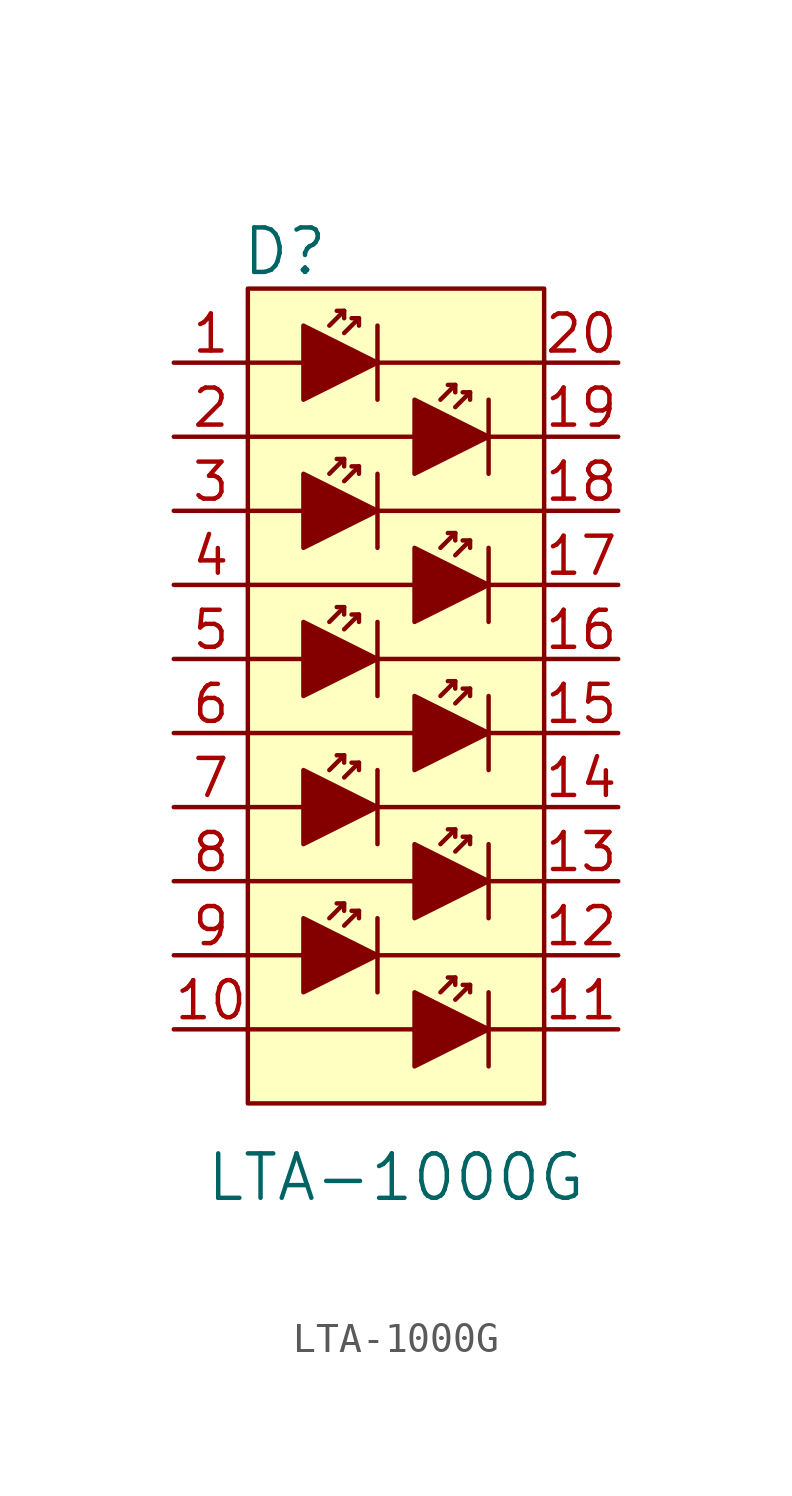
<source format=kicad_sym>
(kicad_symbol_lib
  (version 20201005)
  (generator kicad_symbol_editor)
  (symbol "LTA-1000G"
    (pin_names
      (offset 0))
    (property "Reference" "D"
      (at -3.81 3.81 0)
      (effects (font (size 1.524 1.524))))
    (property "Value" "LTA-1000G"
      (at 0 -27.94 0)
      (effects (font (size 1.524 1.524))))
    (symbol "LTA-1000G_0_1"
      (rectangle (start -5.08 2.54) (end 5.08 -25.4) (stroke (width 0)) (fill (type background)))
      (polyline (pts (xy -5.08 -20.32) (xy -3.175 -20.32)) (stroke (width 0)) (fill (type none)))
      (polyline (pts (xy -5.08 -15.24) (xy -3.175 -15.24)) (stroke (width 0)) (fill (type none)))
      (polyline (pts (xy -5.08 -10.16) (xy -3.175 -10.16)) (stroke (width 0)) (fill (type none)))
      (polyline (pts (xy -5.08 -5.08) (xy -3.175 -5.08)) (stroke (width 0)) (fill (type none)))
      (polyline (pts (xy -3.175 0) (xy -5.08 0)) (stroke (width 0)) (fill (type none)))
      (polyline (pts (xy -1.778 -18.542) (xy -2.286 -19.05)) (stroke (width 0)) (fill (type none)))
      (polyline (pts (xy -1.778 -13.462) (xy -2.286 -13.97)) (stroke (width 0)) (fill (type none)))
      (polyline (pts (xy -1.778 -8.382) (xy -2.286 -8.89)) (stroke (width 0)) (fill (type none)))
      (polyline (pts (xy -1.778 -3.302) (xy -2.286 -3.81)) (stroke (width 0)) (fill (type none)))
      (polyline (pts (xy -1.778 1.778) (xy -2.286 1.27)) (stroke (width 0)) (fill (type none)))
      (polyline (pts (xy -1.27 -18.796) (xy -1.778 -19.304)) (stroke (width 0)) (fill (type none)))
      (polyline (pts (xy -1.27 -13.716) (xy -1.778 -14.224)) (stroke (width 0)) (fill (type none)))
      (polyline (pts (xy -1.27 -8.636) (xy -1.778 -9.144)) (stroke (width 0)) (fill (type none)))
      (polyline (pts (xy -1.27 -3.556) (xy -1.778 -4.064)) (stroke (width 0)) (fill (type none)))
      (polyline (pts (xy -1.27 1.524) (xy -1.778 1.016)) (stroke (width 0)) (fill (type none)))
      (polyline (pts (xy -0.635 -21.59) (xy -0.635 -19.05)) (stroke (width 0)) (fill (type none)))
      (polyline (pts (xy -0.635 -20.32) (xy 5.08 -20.32)) (stroke (width 0)) (fill (type none)))
      (polyline (pts (xy -0.635 -16.51) (xy -0.635 -13.97)) (stroke (width 0)) (fill (type none)))
      (polyline (pts (xy -0.635 -15.24) (xy 5.08 -15.24)) (stroke (width 0)) (fill (type none)))
      (polyline (pts (xy -0.635 -10.16) (xy 5.08 -10.16)) (stroke (width 0)) (fill (type none)))
      (polyline (pts (xy -0.635 -8.89) (xy -0.635 -11.43)) (stroke (width 0)) (fill (type none)))
      (polyline (pts (xy -0.635 -5.08) (xy 5.08 -5.08)) (stroke (width 0)) (fill (type none)))
      (polyline (pts (xy -0.635 -3.81) (xy -0.635 -6.35)) (stroke (width 0)) (fill (type none)))
      (polyline (pts (xy -0.635 0) (xy 5.08 0)) (stroke (width 0)) (fill (type none)))
      (polyline (pts (xy -0.635 1.27) (xy -0.635 -1.27)) (stroke (width 0)) (fill (type none)))
      (polyline (pts (xy 0.635 -22.86) (xy -5.08 -22.86)) (stroke (width 0)) (fill (type none)))
      (polyline (pts (xy 0.635 -17.78) (xy -5.08 -17.78)) (stroke (width 0)) (fill (type none)))
      (polyline (pts (xy 0.635 -12.7) (xy -5.08 -12.7)) (stroke (width 0)) (fill (type none)))
      (polyline (pts (xy 0.635 -7.62) (xy -5.08 -7.62)) (stroke (width 0)) (fill (type none)))
      (polyline (pts (xy 0.635 -2.54) (xy -5.08 -2.54)) (stroke (width 0)) (fill (type none)))
      (polyline (pts (xy 2.032 -21.082) (xy 1.524 -21.59)) (stroke (width 0)) (fill (type none)))
      (polyline (pts (xy 2.032 -16.002) (xy 1.524 -16.51)) (stroke (width 0)) (fill (type none)))
      (polyline (pts (xy 2.032 -10.922) (xy 1.524 -11.43)) (stroke (width 0)) (fill (type none)))
      (polyline (pts (xy 2.032 -5.842) (xy 1.524 -6.35)) (stroke (width 0)) (fill (type none)))
      (polyline (pts (xy 2.032 -0.762) (xy 1.524 -1.27)) (stroke (width 0)) (fill (type none)))
      (polyline (pts (xy 2.54 -21.336) (xy 2.032 -21.844)) (stroke (width 0)) (fill (type none)))
      (polyline (pts (xy 2.54 -16.256) (xy 2.032 -16.764)) (stroke (width 0)) (fill (type none)))
      (polyline (pts (xy 2.54 -11.176) (xy 2.032 -11.684)) (stroke (width 0)) (fill (type none)))
      (polyline (pts (xy 2.54 -6.096) (xy 2.032 -6.604)) (stroke (width 0)) (fill (type none)))
      (polyline (pts (xy 2.54 -1.016) (xy 2.032 -1.524)) (stroke (width 0)) (fill (type none)))
      (polyline (pts (xy 3.175 -22.86) (xy 5.08 -22.86)) (stroke (width 0)) (fill (type none)))
      (polyline (pts (xy 3.175 -21.59) (xy 3.175 -24.13)) (stroke (width 0)) (fill (type none)))
      (polyline (pts (xy 3.175 -17.78) (xy 5.08 -17.78)) (stroke (width 0)) (fill (type none)))
      (polyline (pts (xy 3.175 -16.51) (xy 3.175 -19.05)) (stroke (width 0)) (fill (type none)))
      (polyline (pts (xy 3.175 -12.7) (xy 5.08 -12.7)) (stroke (width 0)) (fill (type none)))
      (polyline (pts (xy 3.175 -11.43) (xy 3.175 -13.97)) (stroke (width 0)) (fill (type none)))
      (polyline (pts (xy 3.175 -7.62) (xy 5.08 -7.62)) (stroke (width 0)) (fill (type none)))
      (polyline (pts (xy 3.175 -6.35) (xy 3.175 -8.89)) (stroke (width 0)) (fill (type none)))
      (polyline (pts (xy 3.175 -2.54) (xy 5.08 -2.54)) (stroke (width 0)) (fill (type none)))
      (polyline (pts (xy 3.175 -1.27) (xy 3.175 -3.81)) (stroke (width 0)) (fill (type none)))
      (polyline (pts (xy -2.032 -18.542) (xy -1.778 -18.542) (xy -1.778 -18.796)) (stroke (width 0)) (fill (type none)))
      (polyline (pts (xy -2.032 -13.462) (xy -1.778 -13.462) (xy -1.778 -13.716)) (stroke (width 0)) (fill (type none)))
      (polyline (pts (xy -2.032 -8.382) (xy -1.778 -8.382) (xy -1.778 -8.636)) (stroke (width 0)) (fill (type none)))
      (polyline (pts (xy -2.032 -3.302) (xy -1.778 -3.302) (xy -1.778 -3.556)) (stroke (width 0)) (fill (type none)))
      (polyline (pts (xy -2.032 1.778) (xy -1.778 1.778) (xy -1.778 1.524)) (stroke (width 0)) (fill (type none)))
      (polyline (pts (xy -1.524 -18.796) (xy -1.27 -18.796) (xy -1.27 -19.05)) (stroke (width 0)) (fill (type none)))
      (polyline (pts (xy -1.524 -13.716) (xy -1.27 -13.716) (xy -1.27 -13.97)) (stroke (width 0)) (fill (type none)))
      (polyline (pts (xy -1.524 -8.636) (xy -1.27 -8.636) (xy -1.27 -8.89)) (stroke (width 0)) (fill (type none)))
      (polyline (pts (xy -1.524 -3.556) (xy -1.27 -3.556) (xy -1.27 -3.81)) (stroke (width 0)) (fill (type none)))
      (polyline (pts (xy -1.524 1.524) (xy -1.27 1.524) (xy -1.27 1.27)) (stroke (width 0)) (fill (type none)))
      (polyline (pts (xy 1.778 -21.082) (xy 2.032 -21.082) (xy 2.032 -21.336)) (stroke (width 0)) (fill (type none)))
      (polyline (pts (xy 1.778 -16.002) (xy 2.032 -16.002) (xy 2.032 -16.256)) (stroke (width 0)) (fill (type none)))
      (polyline (pts (xy 1.778 -10.922) (xy 2.032 -10.922) (xy 2.032 -11.176)) (stroke (width 0)) (fill (type none)))
      (polyline (pts (xy 1.778 -5.842) (xy 2.032 -5.842) (xy 2.032 -6.096)) (stroke (width 0)) (fill (type none)))
      (polyline (pts (xy 1.778 -0.762) (xy 2.032 -0.762) (xy 2.032 -1.016)) (stroke (width 0)) (fill (type none)))
      (polyline (pts (xy 2.286 -21.336) (xy 2.54 -21.336) (xy 2.54 -21.59)) (stroke (width 0)) (fill (type none)))
      (polyline (pts (xy 2.286 -16.256) (xy 2.54 -16.256) (xy 2.54 -16.51)) (stroke (width 0)) (fill (type none)))
      (polyline (pts (xy 2.286 -11.176) (xy 2.54 -11.176) (xy 2.54 -11.43)) (stroke (width 0)) (fill (type none)))
      (polyline (pts (xy 2.286 -6.096) (xy 2.54 -6.096) (xy 2.54 -6.35)) (stroke (width 0)) (fill (type none)))
      (polyline (pts (xy 2.286 -1.016) (xy 2.54 -1.016) (xy 2.54 -1.27)) (stroke (width 0)) (fill (type none)))
      (polyline (pts (xy -3.175 -19.05) (xy -3.175 -21.59) (xy -0.635 -20.32) (xy -3.175 -19.05)) (stroke (width 0)) (fill (type outline)))
      (polyline (pts (xy -3.175 -13.97) (xy -3.175 -16.51) (xy -0.635 -15.24) (xy -3.175 -13.97)) (stroke (width 0)) (fill (type outline)))
      (polyline (pts (xy -3.175 -8.89) (xy -3.175 -11.43) (xy -0.635 -10.16) (xy -3.175 -8.89)) (stroke (width 0)) (fill (type outline)))
      (polyline (pts (xy -3.175 -3.81) (xy -3.175 -6.35) (xy -0.635 -5.08) (xy -3.175 -3.81)) (stroke (width 0)) (fill (type outline)))
      (polyline (pts (xy -3.175 1.27) (xy -3.175 -1.27) (xy -0.635 0) (xy -3.175 1.27)) (stroke (width 0)) (fill (type outline)))
      (polyline (pts (xy 0.635 -21.59) (xy 0.635 -24.13) (xy 3.175 -22.86) (xy 0.635 -21.59)) (stroke (width 0)) (fill (type outline)))
      (polyline (pts (xy 0.635 -16.51) (xy 0.635 -19.05) (xy 3.175 -17.78) (xy 0.635 -16.51)) (stroke (width 0)) (fill (type outline)))
      (polyline (pts (xy 0.635 -11.43) (xy 0.635 -13.97) (xy 3.175 -12.7) (xy 0.635 -11.43)) (stroke (width 0)) (fill (type outline)))
      (polyline (pts (xy 0.635 -6.35) (xy 0.635 -8.89) (xy 3.175 -7.62) (xy 0.635 -6.35)) (stroke (width 0)) (fill (type outline)))
      (polyline (pts (xy 0.635 -1.27) (xy 0.635 -3.81) (xy 3.175 -2.54) (xy 0.635 -1.27)) (stroke (width 0)) (fill (type outline))))
    (symbol "LTA-1000G_1_1"
      (pin input line (at -7.62 0 0) (length 2.54) (name "~" (effects (font (size 1.27 1.27)))) (number "1" (effects (font (size 1.27 1.27)))))
      (pin input line (at -7.62 -2.54 0) (length 2.54) (name "~" (effects (font (size 1.27 1.27)))) (number "2" (effects (font (size 1.27 1.27)))))
      (pin input line (at -7.62 -5.08 0) (length 2.54) (name "~" (effects (font (size 1.27 1.27)))) (number "3" (effects (font (size 1.27 1.27)))))
      (pin input line (at -7.62 -7.62 0) (length 2.54) (name "~" (effects (font (size 1.27 1.27)))) (number "4" (effects (font (size 1.27 1.27)))))
      (pin input line (at -7.62 -10.16 0) (length 2.54) (name "~" (effects (font (size 1.27 1.27)))) (number "5" (effects (font (size 1.27 1.27)))))
      (pin input line (at -7.62 -12.7 0) (length 2.54) (name "~" (effects (font (size 1.27 1.27)))) (number "6" (effects (font (size 1.27 1.27)))))
      (pin input line (at -7.62 -15.24 0) (length 2.54) (name "~" (effects (font (size 1.27 1.27)))) (number "7" (effects (font (size 1.27 1.27)))))
      (pin input line (at -7.62 -17.78 0) (length 2.54) (name "~" (effects (font (size 1.27 1.27)))) (number "8" (effects (font (size 1.27 1.27)))))
      (pin input line (at -7.62 -20.32 0) (length 2.54) (name "~" (effects (font (size 1.27 1.27)))) (number "9" (effects (font (size 1.27 1.27)))))
      (pin input line (at -7.62 -22.86 0) (length 2.54) (name "~" (effects (font (size 1.27 1.27)))) (number "10" (effects (font (size 1.27 1.27)))))
      (pin output line (at 7.62 0 180) (length 2.54) (name "~" (effects (font (size 1.27 1.27)))) (number "20" (effects (font (size 1.27 1.27)))))
      (pin output line (at 7.62 -22.86 180) (length 2.54) (name "~" (effects (font (size 1.27 1.27)))) (number "11" (effects (font (size 1.27 1.27)))))
      (pin output line (at 7.62 -20.32 180) (length 2.54) (name "~" (effects (font (size 1.27 1.27)))) (number "12" (effects (font (size 1.27 1.27)))))
      (pin output line (at 7.62 -17.78 180) (length 2.54) (name "~" (effects (font (size 1.27 1.27)))) (number "13" (effects (font (size 1.27 1.27)))))
      (pin output line (at 7.62 -15.24 180) (length 2.54) (name "~" (effects (font (size 1.27 1.27)))) (number "14" (effects (font (size 1.27 1.27)))))
      (pin output line (at 7.62 -12.7 180) (length 2.54) (name "~" (effects (font (size 1.27 1.27)))) (number "15" (effects (font (size 1.27 1.27)))))
      (pin output line (at 7.62 -10.16 180) (length 2.54) (name "~" (effects (font (size 1.27 1.27)))) (number "16" (effects (font (size 1.27 1.27)))))
      (pin output line (at 7.62 -7.62 180) (length 2.54) (name "~" (effects (font (size 1.27 1.27)))) (number "17" (effects (font (size 1.27 1.27)))))
      (pin output line (at 7.62 -5.08 180) (length 2.54) (name "~" (effects (font (size 1.27 1.27)))) (number "18" (effects (font (size 1.27 1.27)))))
      (pin output line (at 7.62 -2.54 180) (length 2.54) (name "~" (effects (font (size 1.27 1.27)))) (number "19" (effects (font (size 1.27 1.27))))))))
</source>
